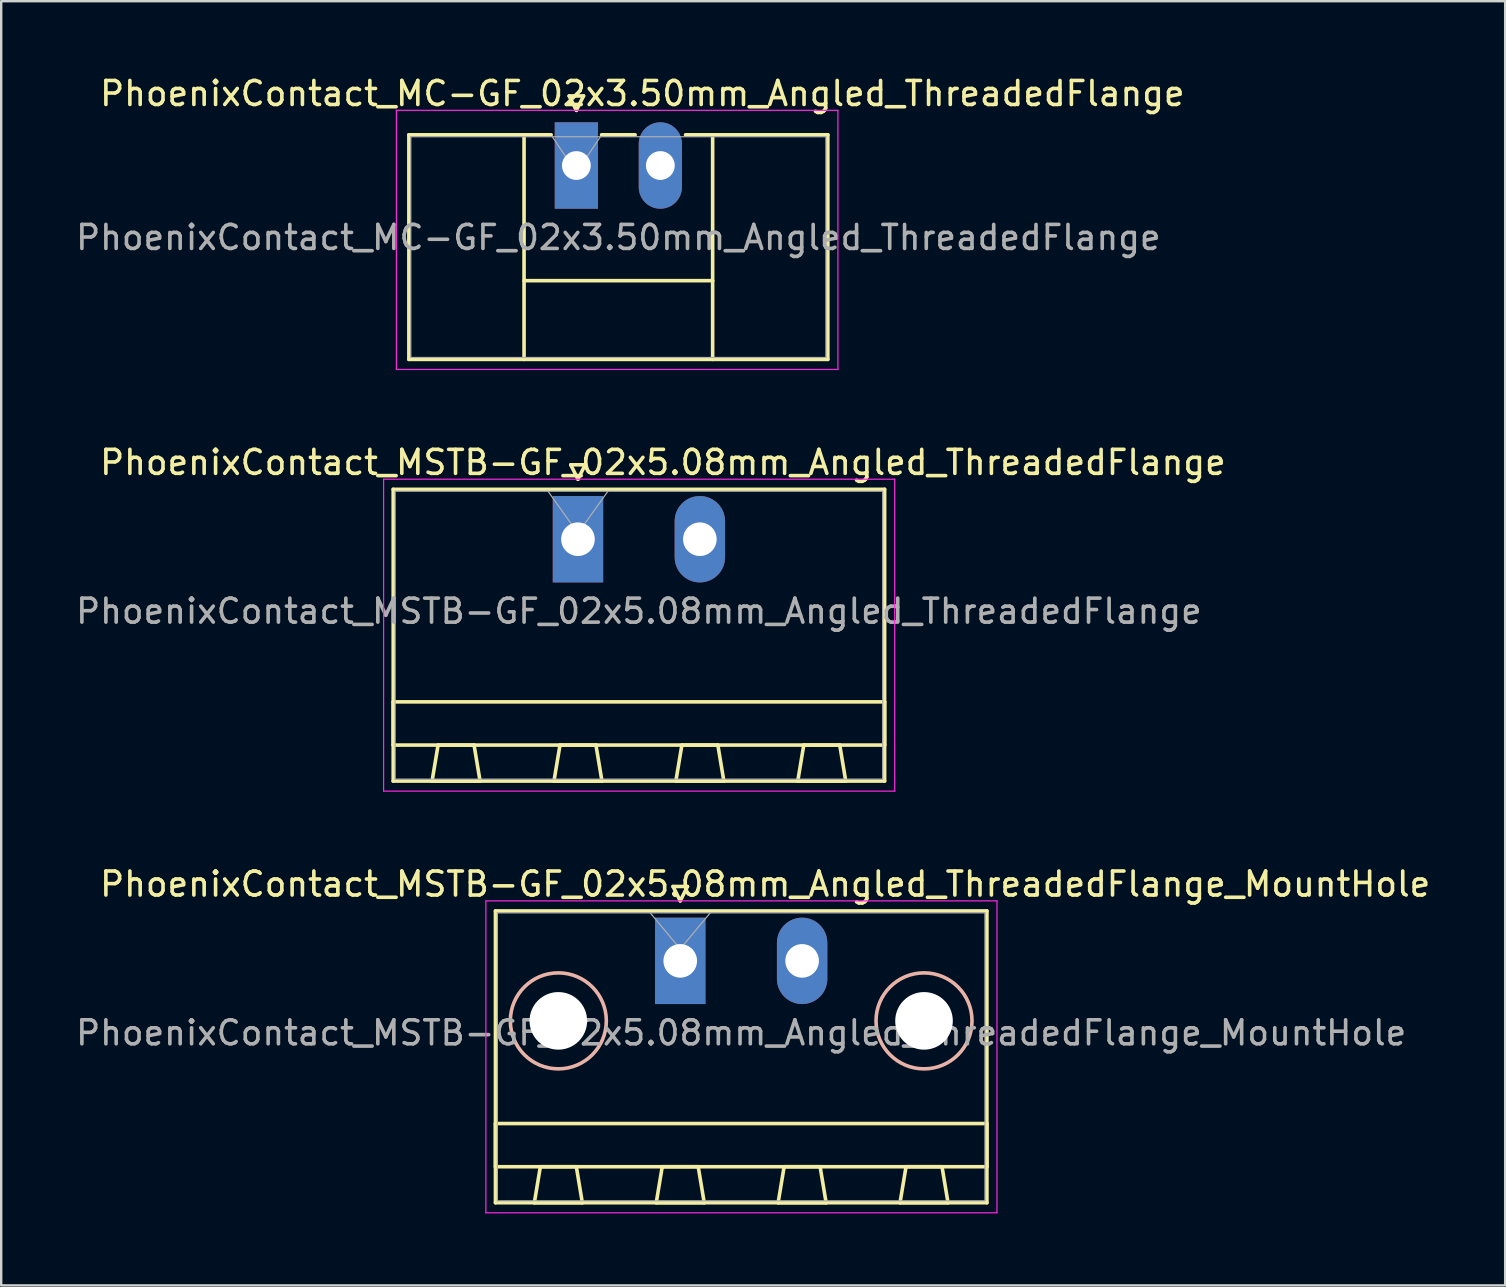
<source format=kicad_pcb>
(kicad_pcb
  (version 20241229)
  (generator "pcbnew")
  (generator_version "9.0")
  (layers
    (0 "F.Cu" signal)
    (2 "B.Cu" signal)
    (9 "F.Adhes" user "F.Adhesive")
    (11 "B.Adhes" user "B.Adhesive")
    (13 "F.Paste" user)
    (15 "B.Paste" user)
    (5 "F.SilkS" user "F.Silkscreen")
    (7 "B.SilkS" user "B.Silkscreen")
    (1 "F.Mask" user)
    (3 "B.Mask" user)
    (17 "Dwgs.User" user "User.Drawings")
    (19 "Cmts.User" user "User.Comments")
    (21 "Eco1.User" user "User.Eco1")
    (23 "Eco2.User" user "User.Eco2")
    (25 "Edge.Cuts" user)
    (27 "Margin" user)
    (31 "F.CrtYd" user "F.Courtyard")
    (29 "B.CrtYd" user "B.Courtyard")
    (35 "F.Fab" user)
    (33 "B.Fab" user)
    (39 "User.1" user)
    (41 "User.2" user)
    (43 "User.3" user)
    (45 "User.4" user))
  (footprint "PhoenixContact_MSTB-GF_02x5.08mm_Angled_ThreadedFlange"
    (layer "F.Cu")
    (at 21.037 19.422)
    (property "Reference" "PhoenixContact_MSTB-GF_02x5.08mm_Angled_ThreadedFlange" (at 2.54 3 0) (layer "F.Fab") (effects (font (size 1 1) (thickness 0.15))))
    (attr through_hole)
    (fp_line (start -7.7 -2.08) (end -7.7 10.08) (stroke (width 0.15) (type solid)) (layer "F.SilkS"))
    (fp_line (start -7.7 6.78) (end 12.78 6.78) (stroke (width 0.15) (type solid)) (layer "F.SilkS"))
    (fp_line (start -7.7 8.58) (end -7.7 6.78) (stroke (width 0.15) (type solid)) (layer "F.SilkS"))
    (fp_line (start -7.7 10.08) (end 12.78 10.08) (stroke (width 0.15) (type solid)) (layer "F.SilkS"))
    (fp_line (start -6.08 10.08) (end -4.08 10.08) (stroke (width 0.15) (type solid)) (layer "F.SilkS"))
    (fp_line (start -5.83 8.58) (end -6.08 10.08) (stroke (width 0.15) (type solid)) (layer "F.SilkS"))
    (fp_line (start -4.33 8.58) (end -5.83 8.58) (stroke (width 0.15) (type solid)) (layer "F.SilkS"))
    (fp_line (start -4.08 10.08) (end -4.33 8.58) (stroke (width 0.15) (type solid)) (layer "F.SilkS"))
    (fp_line (start -1 10.08) (end 1 10.08) (stroke (width 0.15) (type solid)) (layer "F.SilkS"))
    (fp_line (start -0.75 8.58) (end -1 10.08) (stroke (width 0.15) (type solid)) (layer "F.SilkS"))
    (fp_line (start -0.3 -3.1) (end 0 -2.5) (stroke (width 0.15) (type solid)) (layer "F.SilkS"))
    (fp_line (start 0 -2.5) (end 0.3 -3.1) (stroke (width 0.15) (type solid)) (layer "F.SilkS"))
    (fp_line (start 0.3 -3.1) (end -0.3 -3.1) (stroke (width 0.15) (type solid)) (layer "F.SilkS"))
    (fp_line (start 0.75 8.58) (end -0.75 8.58) (stroke (width 0.15) (type solid)) (layer "F.SilkS"))
    (fp_line (start 1 10.08) (end 0.75 8.58) (stroke (width 0.15) (type solid)) (layer "F.SilkS"))
    (fp_line (start 4.08 10.08) (end 6.08 10.08) (stroke (width 0.15) (type solid)) (layer "F.SilkS"))
    (fp_line (start 4.33 8.58) (end 4.08 10.08) (stroke (width 0.15) (type solid)) (layer "F.SilkS"))
    (fp_line (start 5.83 8.58) (end 4.33 8.58) (stroke (width 0.15) (type solid)) (layer "F.SilkS"))
    (fp_line (start 6.08 10.08) (end 5.83 8.58) (stroke (width 0.15) (type solid)) (layer "F.SilkS"))
    (fp_line (start 9.16 10.08) (end 11.16 10.08) (stroke (width 0.15) (type solid)) (layer "F.SilkS"))
    (fp_line (start 9.41 8.58) (end 9.16 10.08) (stroke (width 0.15) (type solid)) (layer "F.SilkS"))
    (fp_line (start 10.91 8.58) (end 9.41 8.58) (stroke (width 0.15) (type solid)) (layer "F.SilkS"))
    (fp_line (start 11.16 10.08) (end 10.91 8.58) (stroke (width 0.15) (type solid)) (layer "F.SilkS"))
    (fp_line (start 12.78 -2.08) (end -7.7 -2.08) (stroke (width 0.15) (type solid)) (layer "F.SilkS"))
    (fp_line (start 12.78 6.78) (end 12.78 8.58) (stroke (width 0.15) (type solid)) (layer "F.SilkS"))
    (fp_line (start 12.78 8.58) (end -7.7 8.58) (stroke (width 0.15) (type solid)) (layer "F.SilkS"))
    (fp_line (start 12.78 10.08) (end 12.78 -2.08) (stroke (width 0.15) (type solid)) (layer "F.SilkS"))
    (fp_line (start -8.1 -2.5) (end -8.1 10.5) (stroke (width 0.05) (type solid)) (layer "F.CrtYd"))
    (fp_line (start -8.1 10.5) (end 13.2 10.5) (stroke (width 0.05) (type solid)) (layer "F.CrtYd"))
    (fp_line (start 13.2 -2.5) (end -8.1 -2.5) (stroke (width 0.05) (type solid)) (layer "F.CrtYd"))
    (fp_line (start 13.2 10.5) (end 13.2 -2.5) (stroke (width 0.05) (type solid)) (layer "F.CrtYd"))
    (fp_line (start -7.62 -2) (end -7.62 10) (stroke (width 0.05) (type solid)) (layer "F.Fab"))
    (fp_line (start -7.62 10) (end 12.7 10) (stroke (width 0.05) (type solid)) (layer "F.Fab"))
    (fp_line (start -1.25 -2) (end 0 -0.25) (stroke (width 0.05) (type solid)) (layer "F.Fab"))
    (fp_line (start 0 -0.25) (end 1.25 -2) (stroke (width 0.05) (type solid)) (layer "F.Fab"))
    (fp_line (start 12.7 -2) (end -7.62 -2) (stroke (width 0.05) (type solid)) (layer "F.Fab"))
    (fp_line (start 12.7 10) (end 12.7 -2) (stroke (width 0.05) (type solid)) (layer "F.Fab"))
    (fp_text user "${REFERENCE}" (at 3.54 -3.2 0) (layer "F.SilkS") (effects (font (size 1 1) (thickness 0.15))))
    (pad "1" thru_hole rect (at 0 0) (size 2.1 3.6) (drill 1.4) (layers "*.Cu" "*.Mask"))
    (pad "2" thru_hole oval (at 5.08 0) (size 2.1 3.6) (drill 1.4) (layers "*.Cu" "*.Mask")))
  (footprint "PhoenixContact_MSTB-GF_02x5.08mm_Angled_ThreadedFlange_MountHole"
    (layer "F.Cu")
    (at 25.299 36.995)
    (property "Reference" "PhoenixContact_MSTB-GF_02x5.08mm_Angled_ThreadedFlange_MountHole" (at 2.54 3 0) (layer "F.Fab") (effects (font (size 1 1) (thickness 0.15))))
    (attr through_hole)
    (fp_line (start -7.7 -2.08) (end -7.7 10.08) (stroke (width 0.15) (type solid)) (layer "F.SilkS"))
    (fp_line (start -7.7 6.78) (end 12.78 6.78) (stroke (width 0.15) (type solid)) (layer "F.SilkS"))
    (fp_line (start -7.7 8.58) (end -7.7 6.78) (stroke (width 0.15) (type solid)) (layer "F.SilkS"))
    (fp_line (start -7.7 10.08) (end 12.78 10.08) (stroke (width 0.15) (type solid)) (layer "F.SilkS"))
    (fp_line (start -6.08 10.08) (end -4.08 10.08) (stroke (width 0.15) (type solid)) (layer "F.SilkS"))
    (fp_line (start -5.83 8.58) (end -6.08 10.08) (stroke (width 0.15) (type solid)) (layer "F.SilkS"))
    (fp_line (start -4.33 8.58) (end -5.83 8.58) (stroke (width 0.15) (type solid)) (layer "F.SilkS"))
    (fp_line (start -4.08 10.08) (end -4.33 8.58) (stroke (width 0.15) (type solid)) (layer "F.SilkS"))
    (fp_line (start -1 10.08) (end 1 10.08) (stroke (width 0.15) (type solid)) (layer "F.SilkS"))
    (fp_line (start -0.75 8.58) (end -1 10.08) (stroke (width 0.15) (type solid)) (layer "F.SilkS"))
    (fp_line (start -0.3 -3.1) (end 0 -2.5) (stroke (width 0.15) (type solid)) (layer "F.SilkS"))
    (fp_line (start 0 -2.5) (end 0.3 -3.1) (stroke (width 0.15) (type solid)) (layer "F.SilkS"))
    (fp_line (start 0.3 -3.1) (end -0.3 -3.1) (stroke (width 0.15) (type solid)) (layer "F.SilkS"))
    (fp_line (start 0.75 8.58) (end -0.75 8.58) (stroke (width 0.15) (type solid)) (layer "F.SilkS"))
    (fp_line (start 1 10.08) (end 0.75 8.58) (stroke (width 0.15) (type solid)) (layer "F.SilkS"))
    (fp_line (start 4.08 10.08) (end 6.08 10.08) (stroke (width 0.15) (type solid)) (layer "F.SilkS"))
    (fp_line (start 4.33 8.58) (end 4.08 10.08) (stroke (width 0.15) (type solid)) (layer "F.SilkS"))
    (fp_line (start 5.83 8.58) (end 4.33 8.58) (stroke (width 0.15) (type solid)) (layer "F.SilkS"))
    (fp_line (start 6.08 10.08) (end 5.83 8.58) (stroke (width 0.15) (type solid)) (layer "F.SilkS"))
    (fp_line (start 9.16 10.08) (end 11.16 10.08) (stroke (width 0.15) (type solid)) (layer "F.SilkS"))
    (fp_line (start 9.41 8.58) (end 9.16 10.08) (stroke (width 0.15) (type solid)) (layer "F.SilkS"))
    (fp_line (start 10.91 8.58) (end 9.41 8.58) (stroke (width 0.15) (type solid)) (layer "F.SilkS"))
    (fp_line (start 11.16 10.08) (end 10.91 8.58) (stroke (width 0.15) (type solid)) (layer "F.SilkS"))
    (fp_line (start 12.78 -2.08) (end -7.7 -2.08) (stroke (width 0.15) (type solid)) (layer "F.SilkS"))
    (fp_line (start 12.78 6.78) (end 12.78 8.58) (stroke (width 0.15) (type solid)) (layer "F.SilkS"))
    (fp_line (start 12.78 8.58) (end -7.7 8.58) (stroke (width 0.15) (type solid)) (layer "F.SilkS"))
    (fp_line (start 12.78 10.08) (end 12.78 -2.08) (stroke (width 0.15) (type solid)) (layer "F.SilkS"))
    (fp_circle (center -5.08 2.5) (end -3.08 2.5) (stroke (width 0.15) (type solid)) (fill no) (layer "B.SilkS"))
    (fp_circle (center 10.16 2.5) (end 12.16 2.5) (stroke (width 0.15) (type solid)) (fill no) (layer "B.SilkS"))
    (fp_line (start -8.1 -2.5) (end -8.1 10.5) (stroke (width 0.05) (type solid)) (layer "F.CrtYd"))
    (fp_line (start -8.1 10.5) (end 13.2 10.5) (stroke (width 0.05) (type solid)) (layer "F.CrtYd"))
    (fp_line (start 13.2 -2.5) (end -8.1 -2.5) (stroke (width 0.05) (type solid)) (layer "F.CrtYd"))
    (fp_line (start 13.2 10.5) (end 13.2 -2.5) (stroke (width 0.05) (type solid)) (layer "F.CrtYd"))
    (fp_line (start -7.62 -2) (end -7.62 10) (stroke (width 0.05) (type solid)) (layer "F.Fab"))
    (fp_line (start -7.62 10) (end 12.7 10) (stroke (width 0.05) (type solid)) (layer "F.Fab"))
    (fp_line (start -1.25 -2) (end 0 -0.5) (stroke (width 0.05) (type solid)) (layer "F.Fab"))
    (fp_line (start 0 -0.5) (end 1.25 -2) (stroke (width 0.05) (type solid)) (layer "F.Fab"))
    (fp_line (start 12.7 -2) (end -7.62 -2) (stroke (width 0.05) (type solid)) (layer "F.Fab"))
    (fp_line (start 12.7 10) (end 12.7 -2) (stroke (width 0.05) (type solid)) (layer "F.Fab"))
    (fp_text user "${REFERENCE}" (at 3.54 -3.2 0) (layer "F.SilkS") (effects (font (size 1 1) (thickness 0.15))))
    (pad "" np_thru_hole circle (at -5.08 2.5) (size 2.4 2.4) (drill 2.4) (layers "*.Cu" "*.Mask"))
    (pad "" np_thru_hole circle (at 10.16 2.5) (size 2.4 2.4) (drill 2.4) (layers "*.Cu" "*.Mask"))
    (pad "1" thru_hole rect (at 0 0) (size 2.1 3.6) (drill 1.4) (layers "*.Cu" "*.Mask"))
    (pad "2" thru_hole oval (at 5.08 0) (size 2.1 3.6) (drill 1.4) (layers "*.Cu" "*.Mask")))
  (footprint "PhoenixContact_MC-GF_02x3.50mm_Angled_ThreadedFlange"
    (layer "F.Cu")
    (at 20.97 3.848)
    (property "Reference" "PhoenixContact_MC-GF_02x3.50mm_Angled_ThreadedFlange" (at 1.75 3 0) (layer "F.Fab") (effects (font (size 1 1) (thickness 0.15))))
    (attr through_hole)
    (fp_line (start -6.98 -1.28) (end -6.98 8.08) (stroke (width 0.15) (type solid)) (layer "F.SilkS"))
    (fp_line (start -6.98 -1.28) (end -1.05 -1.28) (stroke (width 0.15) (type solid)) (layer "F.SilkS"))
    (fp_line (start -6.98 8.08) (end 10.48 8.08) (stroke (width 0.15) (type solid)) (layer "F.SilkS"))
    (fp_line (start -2.18 -1.28) (end -2.18 8.08) (stroke (width 0.15) (type solid)) (layer "F.SilkS"))
    (fp_line (start -2.18 4.8) (end 5.68 4.8) (stroke (width 0.15) (type solid)) (layer "F.SilkS"))
    (fp_line (start -0.3 -2.9) (end 0 -2.3) (stroke (width 0.15) (type solid)) (layer "F.SilkS"))
    (fp_line (start 0 -2.3) (end 0.3 -2.9) (stroke (width 0.15) (type solid)) (layer "F.SilkS"))
    (fp_line (start 0.3 -2.9) (end -0.3 -2.9) (stroke (width 0.15) (type solid)) (layer "F.SilkS"))
    (fp_line (start 1.05 -1.28) (end 2.45 -1.28) (stroke (width 0.15) (type solid)) (layer "F.SilkS"))
    (fp_line (start 5.68 -1.28) (end 5.68 8.08) (stroke (width 0.15) (type solid)) (layer "F.SilkS"))
    (fp_line (start 10.48 -1.28) (end 4.55 -1.28) (stroke (width 0.15) (type solid)) (layer "F.SilkS"))
    (fp_line (start 10.48 8.08) (end 10.48 -1.28) (stroke (width 0.15) (type solid)) (layer "F.SilkS"))
    (fp_line (start -7.5 -2.3) (end -7.5 8.5) (stroke (width 0.05) (type solid)) (layer "F.CrtYd"))
    (fp_line (start -7.5 8.5) (end 10.9 8.5) (stroke (width 0.05) (type solid)) (layer "F.CrtYd"))
    (fp_line (start 10.9 -2.3) (end -7.5 -2.3) (stroke (width 0.05) (type solid)) (layer "F.CrtYd"))
    (fp_line (start 10.9 8.5) (end 10.9 -2.3) (stroke (width 0.05) (type solid)) (layer "F.CrtYd"))
    (fp_line (start -6.9 -1.2) (end -6.9 8) (stroke (width 0.05) (type solid)) (layer "F.Fab"))
    (fp_line (start -6.9 8) (end 10.4 8) (stroke (width 0.05) (type solid)) (layer "F.Fab"))
    (fp_line (start -1 -1.2) (end 0 0.3) (stroke (width 0.05) (type solid)) (layer "F.Fab"))
    (fp_line (start 0 0.3) (end 1 -1.2) (stroke (width 0.05) (type solid)) (layer "F.Fab"))
    (fp_line (start 10.4 -1.2) (end -6.9 -1.2) (stroke (width 0.05) (type solid)) (layer "F.Fab"))
    (fp_line (start 10.4 8) (end 10.4 -1.2) (stroke (width 0.05) (type solid)) (layer "F.Fab"))
    (fp_text user "${REFERENCE}" (at 2.75 -3 0) (layer "F.SilkS") (effects (font (size 1 1) (thickness 0.15))))
    (pad "1" thru_hole rect (at 0 0) (size 1.8 3.6) (drill 1.2) (layers "*.Cu" "*.Mask"))
    (pad "2" thru_hole oval (at 3.5 0) (size 1.8 3.6) (drill 1.2) (layers "*.Cu" "*.Mask")))
  (gr_rect
    (start -3 -3)
    (end 59.679 50.52)
    (stroke (width 0.1) (type default))
    (fill no)
    (layer "Edge.Cuts")))
</source>
